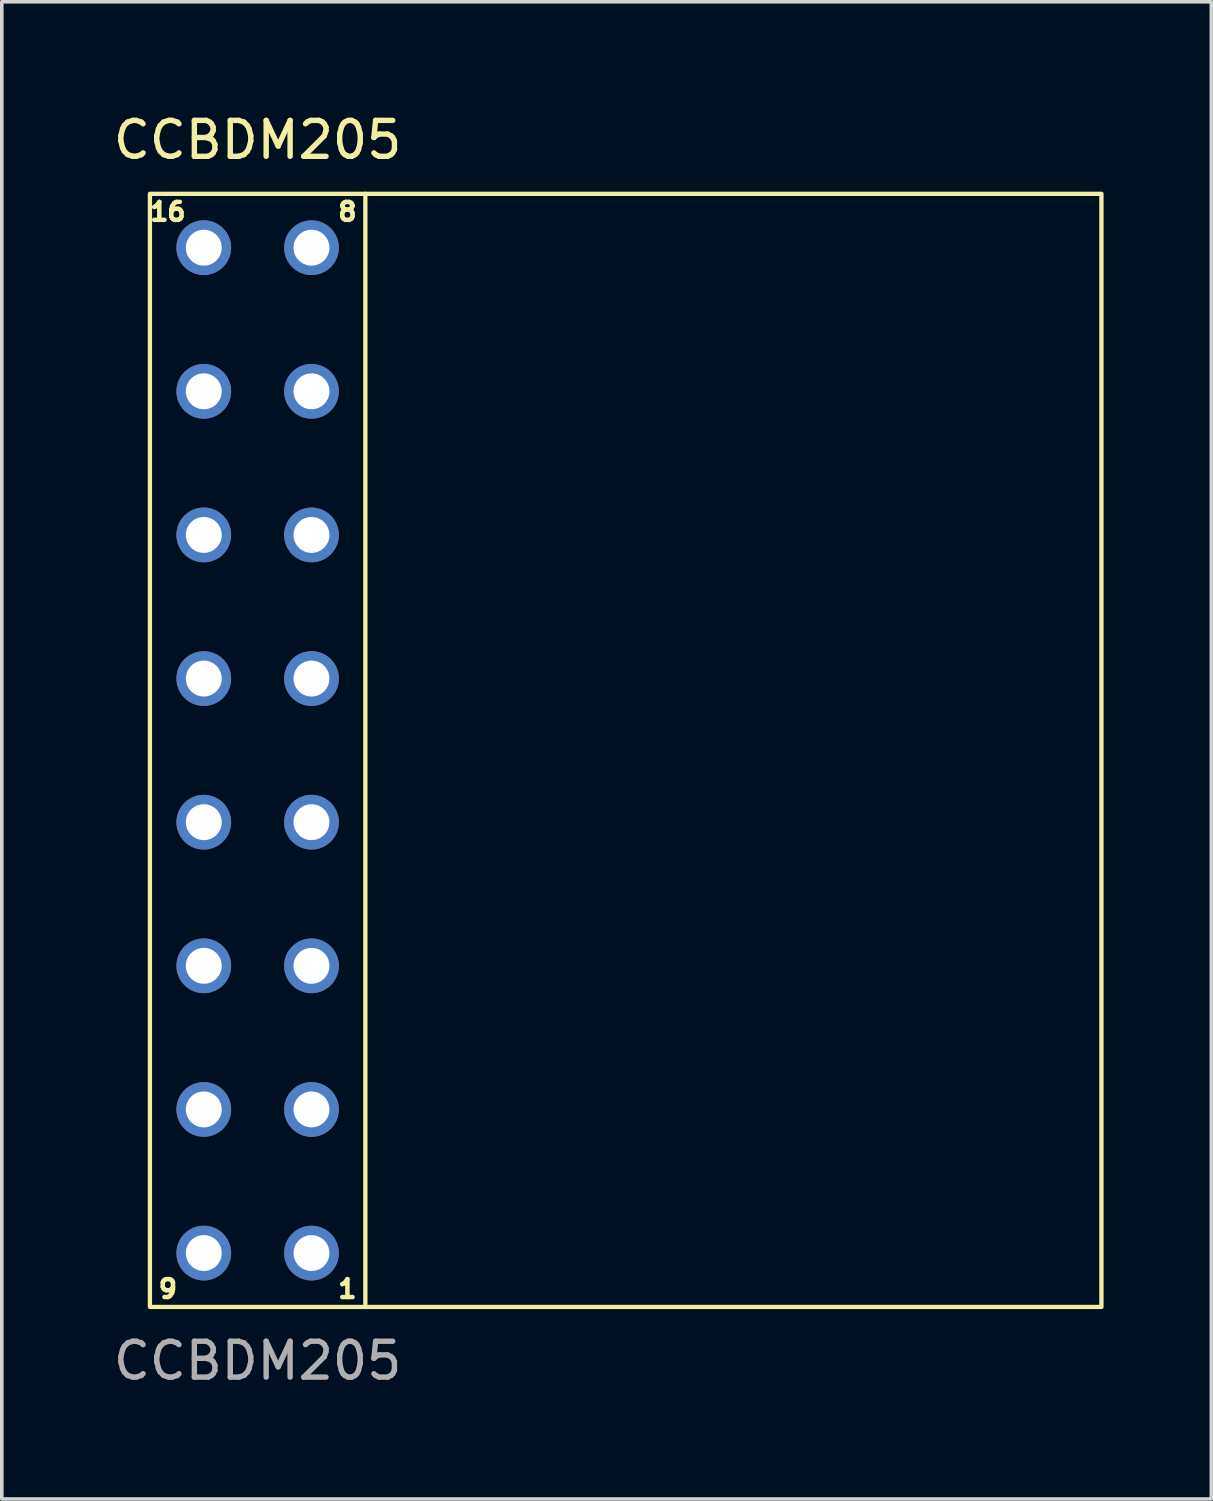
<source format=kicad_pcb>
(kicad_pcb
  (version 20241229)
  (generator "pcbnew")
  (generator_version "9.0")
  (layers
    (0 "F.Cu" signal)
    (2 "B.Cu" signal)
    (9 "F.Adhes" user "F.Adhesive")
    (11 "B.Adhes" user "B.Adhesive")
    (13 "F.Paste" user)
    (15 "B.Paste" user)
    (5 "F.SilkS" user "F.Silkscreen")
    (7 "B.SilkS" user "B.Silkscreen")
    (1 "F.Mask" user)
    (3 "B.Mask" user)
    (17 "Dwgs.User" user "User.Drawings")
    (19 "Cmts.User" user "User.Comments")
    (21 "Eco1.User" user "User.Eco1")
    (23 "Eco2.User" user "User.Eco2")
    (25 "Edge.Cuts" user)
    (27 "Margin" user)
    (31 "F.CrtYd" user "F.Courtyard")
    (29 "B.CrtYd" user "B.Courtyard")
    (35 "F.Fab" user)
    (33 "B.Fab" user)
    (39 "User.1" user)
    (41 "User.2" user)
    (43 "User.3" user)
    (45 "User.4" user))
  (footprint "CCBDM205"
    (layer "F.Cu")
    (at 4.125 17.848)
    (property "Reference" "CCBDM205" (at 0 -17 0) (unlocked yes) (layer "F.SilkS") (effects (font (size 1 1) (thickness 0.15))))
    (fp_line (start 3 -15.5) (end 3 15.5) (stroke (width 0.12) (type solid)) (layer "F.SilkS"))
    (fp_rect (start -3 15.5) (end 23.5 -15.5) (stroke (width 0.12) (type solid)) (fill no) (layer "F.SilkS"))
    (fp_text user "16" (at -2.5 -15 0) (unlocked yes) (layer "F.SilkS") (effects (font (size 0.5 0.5) (thickness 0.125))))
    (fp_text user "1" (at 2.5 15 0) (unlocked yes) (layer "F.SilkS") (effects (font (size 0.5 0.5) (thickness 0.125))))
    (fp_text user "8" (at 2.5 -15 0) (unlocked yes) (layer "F.SilkS") (effects (font (size 0.5 0.5) (thickness 0.125))))
    (fp_text user "9" (at -2.5 15 0) (unlocked yes) (layer "F.SilkS") (effects (font (size 0.5 0.5) (thickness 0.125))))
    (fp_text user "${REFERENCE}" (at 0 17 0) (unlocked yes) (layer "F.Fab") (effects (font (size 1 1) (thickness 0.15))))
    (pad "1" thru_hole circle (at 1.5 14) (size 1.524 1.524) (drill 1) (layers "*.Cu" "*.Mask"))
    (pad "2" thru_hole circle (at 1.5 10) (size 1.524 1.524) (drill 1) (layers "*.Cu" "*.Mask"))
    (pad "3" thru_hole circle (at 1.5 6) (size 1.524 1.524) (drill 1) (layers "*.Cu" "*.Mask"))
    (pad "4" thru_hole circle (at 1.5 2 90) (size 1.524 1.524) (drill 1) (layers "*.Cu" "*.Mask"))
    (pad "5" thru_hole circle (at 1.5 -2) (size 1.524 1.524) (drill 1) (layers "*.Cu" "*.Mask"))
    (pad "6" thru_hole circle (at 1.5 -6) (size 1.524 1.524) (drill 1) (layers "*.Cu" "*.Mask"))
    (pad "7" thru_hole circle (at 1.5 -10) (size 1.524 1.524) (drill 1) (layers "*.Cu" "*.Mask"))
    (pad "8" thru_hole circle (at 1.5 -14) (size 1.524 1.524) (drill 1) (layers "*.Cu" "*.Mask"))
    (pad "9" thru_hole circle (at -1.5 14) (size 1.524 1.524) (drill 1) (layers "*.Cu" "*.Mask"))
    (pad "10" thru_hole circle (at -1.5 10) (size 1.524 1.524) (drill 1) (layers "*.Cu" "*.Mask"))
    (pad "11" thru_hole circle (at -1.5 6) (size 1.524 1.524) (drill 1) (layers "*.Cu" "*.Mask"))
    (pad "12" thru_hole circle (at -1.5 2 90) (size 1.524 1.524) (drill 1) (layers "*.Cu" "*.Mask"))
    (pad "13" thru_hole circle (at -1.5 -2) (size 1.524 1.524) (drill 1) (layers "*.Cu" "*.Mask"))
    (pad "14" thru_hole circle (at -1.5 -6) (size 1.524 1.524) (drill 1) (layers "*.Cu" "*.Mask"))
    (pad "15" thru_hole circle (at -1.5 -10) (size 1.524 1.524) (drill 1) (layers "*.Cu" "*.Mask"))
    (pad "16" thru_hole circle (at -1.5 -14) (size 1.524 1.524) (drill 1) (layers "*.Cu" "*.Mask")))
  (gr_rect
    (start -3 -3)
    (end 30.685 38.697)
    (stroke (width 0.1) (type default))
    (fill no)
    (layer "Edge.Cuts")))
</source>
